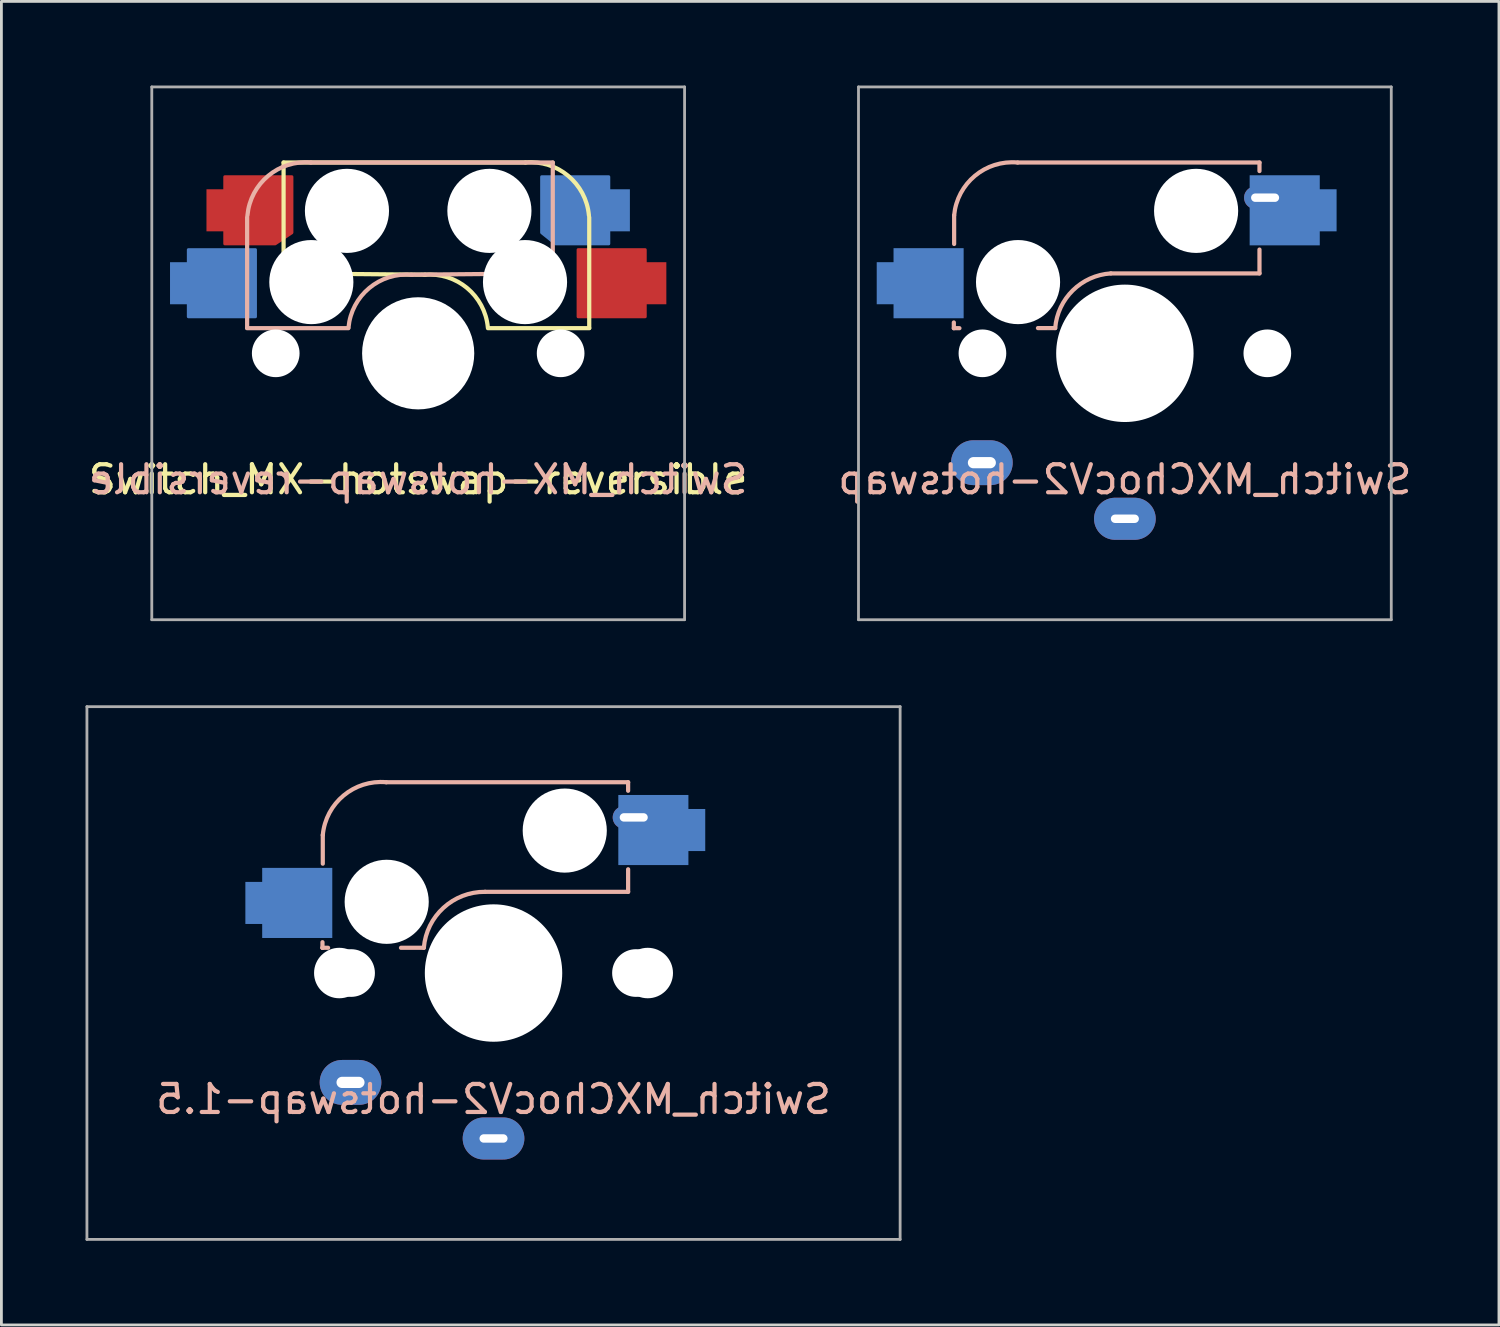
<source format=kicad_pcb>
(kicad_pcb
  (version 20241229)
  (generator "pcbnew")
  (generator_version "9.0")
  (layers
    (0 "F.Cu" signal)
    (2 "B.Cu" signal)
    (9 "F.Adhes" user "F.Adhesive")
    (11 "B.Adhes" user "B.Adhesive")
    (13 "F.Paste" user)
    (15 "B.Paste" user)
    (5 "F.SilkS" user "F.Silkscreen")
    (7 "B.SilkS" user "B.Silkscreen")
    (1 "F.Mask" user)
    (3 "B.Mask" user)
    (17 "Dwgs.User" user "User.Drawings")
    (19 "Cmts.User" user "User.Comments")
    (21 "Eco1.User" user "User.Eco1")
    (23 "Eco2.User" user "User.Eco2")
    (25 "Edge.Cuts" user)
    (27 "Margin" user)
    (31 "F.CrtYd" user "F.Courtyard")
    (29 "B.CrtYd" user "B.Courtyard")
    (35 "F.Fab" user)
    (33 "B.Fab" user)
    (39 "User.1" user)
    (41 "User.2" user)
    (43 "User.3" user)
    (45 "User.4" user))
  (footprint "Switch_MXChocV2-hotswap-1.5"
    (layer "F.Cu")
    (at 14.55 31.65)
    (property "Reference" "Switch_MXChocV2-hotswap-1.5" (at 0 4.5 0) (layer "B.SilkS") (effects (font (size 1 1) (thickness 0.15)) (justify mirror)))
    (attr through_hole)
    (fp_line (start -6.1 -0.9) (end -6.1 -1.1) (stroke (width 0.15) (type solid)) (layer "B.SilkS"))
    (fp_line (start -6.1 -0.9) (end -6.1 -0.9) (stroke (width 0.15) (type solid)) (layer "B.SilkS"))
    (fp_line (start -6.1 -0.9) (end -5.9 -0.9) (stroke (width 0.15) (type solid)) (layer "B.SilkS"))
    (fp_line (start -6.089 -4.92) (end -6.089 -3.9) (stroke (width 0.15) (type solid)) (layer "B.SilkS"))
    (fp_line (start -2.485 -0.9) (end -3.3 -0.9) (stroke (width 0.15) (type solid)) (layer "B.SilkS"))
    (fp_line (start 4.8 -6.804) (end -3.825 -6.804) (stroke (width 0.15) (type solid)) (layer "B.SilkS"))
    (fp_line (start 4.8 -6.804) (end 4.8 -6.5) (stroke (width 0.15) (type solid)) (layer "B.SilkS"))
    (fp_line (start 4.8 -2.896) (end -0.3 -2.896) (stroke (width 0.15) (type solid)) (layer "B.SilkS"))
    (fp_line (start 4.8 -2.896) (end 4.8 -3.7) (stroke (width 0.15) (type solid)) (layer "B.SilkS"))
    (fp_arc (start -6.089 -4.92) (mid -5.347189 -6.33089) (end -3.825 -6.804) (stroke (width 0.15) (type solid)) (layer "B.SilkS"))
    (fp_arc (start -2.484999 -0.9) (mid -1.784798 -2.327445) (end -0.3 -2.896) (stroke (width 0.15) (type solid)) (layer "B.SilkS"))
    (fp_line (start -7 -7) (end 7 -7) (stroke (width 0.15) (type solid)) (layer "Eco2.User"))
    (fp_line (start -7 7) (end -7 -7) (stroke (width 0.15) (type solid)) (layer "Eco2.User"))
    (fp_line (start 7 -7) (end 7 7) (stroke (width 0.15) (type solid)) (layer "Eco2.User"))
    (fp_line (start 7 7) (end -7 7) (stroke (width 0.15) (type solid)) (layer "Eco2.User"))
    (fp_line (start -14.5 -9.5) (end 14.5 -9.5) (stroke (width 0.1) (type solid)) (layer "F.Fab"))
    (fp_line (start -14.5 9.5) (end -14.5 -9.5) (stroke (width 0.1) (type solid)) (layer "F.Fab"))
    (fp_line (start 14.5 -9.5) (end 14.5 9.5) (stroke (width 0.1) (type solid)) (layer "F.Fab"))
    (fp_line (start 14.5 9.5) (end -14.5 9.5) (stroke (width 0.1) (type solid)) (layer "F.Fab"))
    (pad "" np_thru_hole circle (at -5.5 0 90) (size 1.8 1.8) (drill 1.8) (layers "*.Cu" "*.Mask"))
    (pad "" np_thru_hole circle (at -5.08 0) (size 1.7 1.7) (drill 1.7) (layers "*.Cu" "*.Mask"))
    (pad "" np_thru_hole circle (at -3.81 -2.54 180) (size 3 3) (drill 3) (layers "*.Cu" "*.Mask"))
    (pad "" np_thru_hole circle (at 0 0 90) (size 4.9 4.9) (drill 4.9) (layers "*.Cu" "*.Mask"))
    (pad "" np_thru_hole circle (at 2.54 -5.08 180) (size 3 3) (drill 3) (layers "*.Cu" "*.Mask"))
    (pad "" np_thru_hole circle (at 5.08 0) (size 1.7 1.7) (drill 1.7) (layers "*.Cu" "*.Mask"))
    (pad "" np_thru_hole circle (at 5.5 0 90) (size 1.8 1.8) (drill 1.8) (layers "*.Cu" "*.Mask"))
    (pad "1" smd custom (at -7 -2.5) (size 2.5 2.5) (layers "B.Cu" "B.Mask") (options (anchor rect)) (primitives (gr_poly (pts (xy -1.85 -0.75) (xy -1.25 -0.75) (xy -1.25 0.75) (xy -1.85 0.75)) (width 0) (fill yes))))
    (pad "1" thru_hole oval (at -5.1 3.9) (size 2.2 1.6) (drill oval 1 0.4) (layers "*.Cu" "B.Mask"))
    (pad "2" thru_hole oval (at 0 5.9) (size 2.2 1.5) (drill oval 1 0.3) (layers "*.Cu" "B.Mask"))
    (pad "2" thru_hole oval (at 5 -5.55) (size 1.5 0.8) (drill oval 1 0.3) (layers "*.Cu" "B.Mask"))
    (pad "2" smd custom (at 5.7 -5.1 180) (size 2.5 2.5) (layers "B.Cu" "B.Mask") (options (anchor rect)) (primitives (gr_poly (pts (xy -1.85 -0.75) (xy -1.25 -0.75) (xy -1.25 0.75) (xy -1.85 0.75)) (width 0) (fill yes)))))
  (footprint "Switch_MXChocV2-hotswap"
    (layer "F.Cu")
    (at 37.065 9.55)
    (property "Reference" "Switch_MXChocV2-hotswap" (at 0 4.5 0) (layer "B.SilkS") (effects (font (size 1 1) (thickness 0.15)) (justify mirror)))
    (attr through_hole)
    (fp_line (start -6.1 -0.896) (end -6.1 -1.1) (stroke (width 0.15) (type solid)) (layer "B.SilkS"))
    (fp_line (start -6.1 -0.896) (end -5.9 -0.896) (stroke (width 0.15) (type solid)) (layer "B.SilkS"))
    (fp_line (start -6.089 -4.92) (end -6.089 -3.9) (stroke (width 0.15) (type solid)) (layer "B.SilkS"))
    (fp_line (start -2.485 -0.9) (end -3.1 -0.9) (stroke (width 0.15) (type solid)) (layer "B.SilkS"))
    (fp_line (start 4.8 -6.804) (end -3.825 -6.804) (stroke (width 0.15) (type solid)) (layer "B.SilkS"))
    (fp_line (start 4.8 -6.804) (end 4.8 -6.5) (stroke (width 0.15) (type solid)) (layer "B.SilkS"))
    (fp_line (start 4.8 -2.85) (end -0.5 -2.85) (stroke (width 0.15) (type solid)) (layer "B.SilkS"))
    (fp_line (start 4.8 -2.85) (end 4.8 -3.7) (stroke (width 0.15) (type solid)) (layer "B.SilkS"))
    (fp_arc (start -6.089 -4.92) (mid -5.347189 -6.33089) (end -3.825 -6.804) (stroke (width 0.15) (type solid)) (layer "B.SilkS"))
    (fp_arc (start -2.484999 -0.9) (mid -1.855638 -2.244656) (end -0.5 -2.85) (stroke (width 0.15) (type solid)) (layer "B.SilkS"))
    (fp_line (start -7 -7) (end 7 -7) (stroke (width 0.15) (type solid)) (layer "Eco2.User"))
    (fp_line (start -7 7) (end -7 -7) (stroke (width 0.15) (type solid)) (layer "Eco2.User"))
    (fp_line (start 7 -7) (end 7 7) (stroke (width 0.15) (type solid)) (layer "Eco2.User"))
    (fp_line (start 7 7) (end -7 7) (stroke (width 0.15) (type solid)) (layer "Eco2.User"))
    (fp_line (start -9.5 -9.5) (end 9.5 -9.5) (stroke (width 0.1) (type solid)) (layer "F.Fab"))
    (fp_line (start -9.5 9.5) (end -9.5 -9.5) (stroke (width 0.1) (type solid)) (layer "F.Fab"))
    (fp_line (start 9.5 -9.5) (end 9.5 9.5) (stroke (width 0.1) (type solid)) (layer "F.Fab"))
    (fp_line (start 9.5 9.5) (end -9.5 9.5) (stroke (width 0.1) (type solid)) (layer "F.Fab"))
    (pad "" np_thru_hole circle (at -5.08 0) (size 1.7 1.7) (drill 1.7) (layers "*.Cu" "*.Mask"))
    (pad "" np_thru_hole circle (at -3.81 -2.54 180) (size 3 3) (drill 3) (layers "*.Cu" "*.Mask"))
    (pad "" np_thru_hole circle (at 0 0 90) (size 4.9 4.9) (drill 4.9) (layers "*.Cu" "*.Mask"))
    (pad "" np_thru_hole circle (at 2.54 -5.08 180) (size 3 3) (drill 3) (layers "*.Cu" "*.Mask"))
    (pad "" np_thru_hole circle (at 5.08 0) (size 1.7 1.7) (drill 1.7) (layers "*.Cu" "*.Mask"))
    (pad "1" smd custom (at -7 -2.5) (size 2.5 2.5) (layers "B.Cu" "B.Mask") (options (anchor rect)) (primitives (gr_poly (pts (xy -1.85 -0.75) (xy -1.25 -0.75) (xy -1.25 0.75) (xy -1.85 0.75)) (width 0) (fill yes))))
    (pad "1" thru_hole oval (at -5.1 3.9) (size 2.2 1.6) (drill oval 1 0.4) (layers "*.Cu" "B.Mask"))
    (pad "2" thru_hole oval (at 0 5.9) (size 2.2 1.5) (drill oval 1 0.3) (layers "*.Cu" "B.Mask"))
    (pad "2" thru_hole oval (at 5 -5.55) (size 1.5 0.8) (drill oval 1 0.3) (layers "*.Cu" "B.Mask"))
    (pad "2" smd custom (at 5.7 -5.1 180) (size 2.5 2.5) (layers "B.Cu" "B.Mask") (options (anchor rect)) (primitives (gr_poly (pts (xy -1.85 -0.75) (xy -1.25 -0.75) (xy -1.25 0.75) (xy -1.85 0.75)) (width 0) (fill yes)))))
  (footprint "Switch_MX-hotswap-reversible"
    (layer "F.Cu")
    (at 11.863 9.55)
    (property "Reference" "Switch_MX-hotswap-reversible" (at 0 4.5 0) (layer "F.SilkS") (effects (font (size 1 1) (thickness 0.15))))
    (attr through_hole)
    (fp_line (start -4.8 -6.804) (end 3.825 -6.804) (stroke (width 0.15) (type solid)) (layer "F.SilkS"))
    (fp_line (start -4.8 -2.896) (end -4.8 -6.804) (stroke (width 0.15) (type solid)) (layer "F.SilkS"))
    (fp_line (start -4.8 -2.85) (end 0.25 -2.804) (stroke (width 0.15) (type solid)) (layer "F.SilkS"))
    (fp_line (start 6.1 -4.85) (end 6.1 -0.905) (stroke (width 0.15) (type solid)) (layer "F.SilkS"))
    (fp_line (start 6.1 -0.896) (end 2.49 -0.896) (stroke (width 0.15) (type solid)) (layer "F.SilkS"))
    (fp_arc (start 0.225 -2.8) (mid 1.744361 -2.328062) (end 2.485001 -0.920001) (stroke (width 0.15) (type solid)) (layer "F.SilkS"))
    (fp_arc (start 3.825 -6.804) (mid 5.347189 -6.33089) (end 6.089 -4.92) (stroke (width 0.15) (type solid)) (layer "F.SilkS"))
    (fp_line (start -6.1 -4.85) (end -6.1 -0.905) (stroke (width 0.15) (type solid)) (layer "B.SilkS"))
    (fp_line (start -6.1 -0.896) (end -2.49 -0.896) (stroke (width 0.15) (type solid)) (layer "B.SilkS"))
    (fp_line (start 4.8 -6.804) (end -3.825 -6.804) (stroke (width 0.15) (type solid)) (layer "B.SilkS"))
    (fp_line (start 4.8 -2.896) (end 4.8 -6.804) (stroke (width 0.15) (type solid)) (layer "B.SilkS"))
    (fp_line (start 4.8 -2.85) (end -0.25 -2.804) (stroke (width 0.15) (type solid)) (layer "B.SilkS"))
    (fp_arc (start -6.089 -4.92) (mid -5.347189 -6.33089) (end -3.825 -6.804) (stroke (width 0.15) (type solid)) (layer "B.SilkS"))
    (fp_arc (start -2.484999 -0.920001) (mid -1.74436 -2.328062) (end -0.225 -2.8) (stroke (width 0.15) (type solid)) (layer "B.SilkS"))
    (fp_line (start -7 -7) (end 7 -7) (stroke (width 0.15) (type solid)) (layer "Eco2.User"))
    (fp_line (start -7 7) (end -7 -7) (stroke (width 0.15) (type solid)) (layer "Eco2.User"))
    (fp_line (start 7 -7) (end 7 7) (stroke (width 0.15) (type solid)) (layer "Eco2.User"))
    (fp_line (start 7 7) (end -7 7) (stroke (width 0.15) (type solid)) (layer "Eco2.User"))
    (fp_line (start -9.5 -9.5) (end 9.5 -9.5) (stroke (width 0.1) (type solid)) (layer "F.Fab"))
    (fp_line (start -9.5 9.5) (end -9.5 -9.5) (stroke (width 0.1) (type solid)) (layer "F.Fab"))
    (fp_line (start 9.5 -9.5) (end 9.5 9.5) (stroke (width 0.1) (type solid)) (layer "F.Fab"))
    (fp_line (start 9.5 9.5) (end -9.5 9.5) (stroke (width 0.1) (type solid)) (layer "F.Fab"))
    (fp_text user "${REFERENCE}" (at 0 4.5 0) (unlocked yes) (layer "B.SilkS") (effects (font (size 1 1) (thickness 0.15)) (justify mirror)))
    (pad "" np_thru_hole circle (at -5.08 0) (size 1.7 1.7) (drill 1.7) (layers "*.Cu" "*.Mask"))
    (pad "" np_thru_hole circle (at -3.81 -2.54 180) (size 3 3) (drill 3) (layers "*.Cu" "*.Mask"))
    (pad "" np_thru_hole circle (at -2.54 -5.08 180) (size 3 3) (drill 3) (layers "*.Cu" "*.Mask"))
    (pad "" np_thru_hole circle (at 0 0 90) (size 4 4) (drill 4) (layers "*.Cu" "*.Mask"))
    (pad "" np_thru_hole circle (at 2.54 -5.08 180) (size 3 3) (drill 3) (layers "*.Cu" "*.Mask"))
    (pad "" np_thru_hole circle (at 3.81 -2.54 180) (size 3 3) (drill 3) (layers "*.Cu" "*.Mask"))
    (pad "" np_thru_hole circle (at 5.08 0) (size 1.7 1.7) (drill 1.7) (layers "*.Cu" "*.Mask"))
    (pad "1" smd custom (at -8.5 -2.5) (size 0.7 1.5) (layers "B.Cu" "B.Mask" "B.Paste") (options (anchor rect)) (primitives (gr_poly (pts (xy 0.3 -1.2) (xy 2.7 -1.2) (xy 2.7 1.2) (xy 0.3 1.2)) (width 0.1) (fill yes))))
    (pad "1" smd custom (at 8.5 -2.5) (size 0.7 1.5) (layers "F.Cu" "F.Mask" "F.Paste") (options (anchor rect)) (primitives (gr_poly (pts (xy -2.8 -1.2) (xy -0.4 -1.2) (xy -0.4 1.2) (xy -2.8 1.2)) (width 0.1) (fill yes))))
    (pad "2" smd custom (at -7.2 -5.1) (size 0.7 1.5) (layers "F.Cu" "F.Mask" "F.Paste") (options (anchor rect)) (primitives (gr_poly (pts (xy 0.3 -1.2) (xy 0.3 1.2) (xy 2.1 1.2) (xy 2.7 0.8) (xy 2.7 -1.2)) (width 0.1) (fill yes))))
    (pad "2" smd custom (at 7.2 -5.1) (size 0.7 1.5) (layers "B.Cu" "B.Mask" "B.Paste") (options (anchor rect)) (primitives (gr_poly (pts (xy -0.4 -1.2) (xy -2.8 -1.2) (xy -2.8 0.8) (xy -2.3 1.2) (xy -0.4 1.2)) (width 0.1) (fill yes)))))
  (gr_rect
    (start -3 -3)
    (end 50.405 44.2)
    (stroke (width 0.1) (type default))
    (fill no)
    (layer "Edge.Cuts")))
</source>
